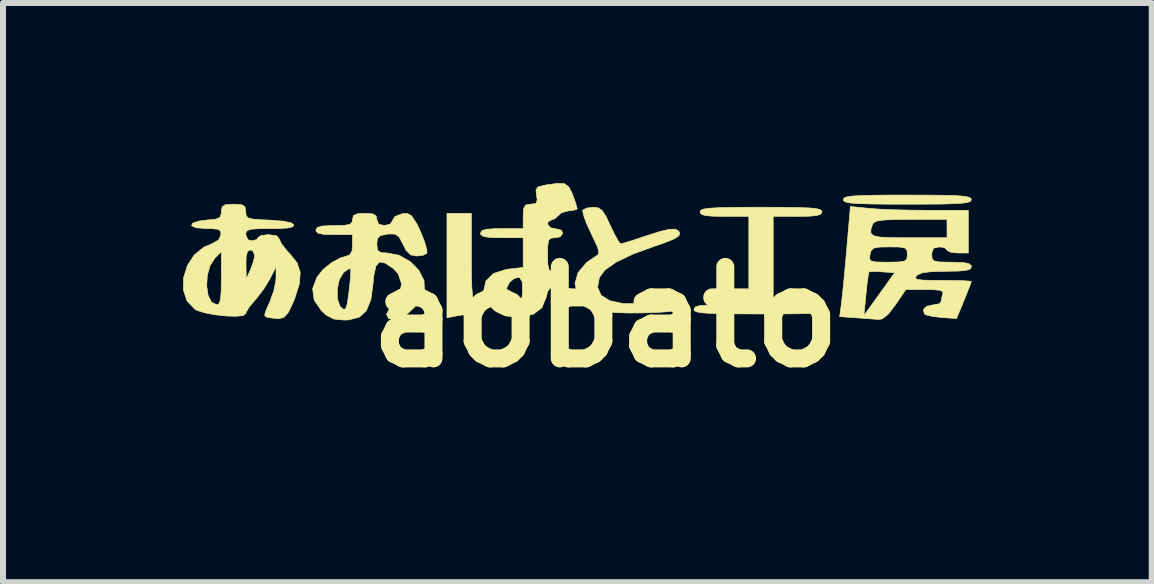
<source format=kicad_pcb>
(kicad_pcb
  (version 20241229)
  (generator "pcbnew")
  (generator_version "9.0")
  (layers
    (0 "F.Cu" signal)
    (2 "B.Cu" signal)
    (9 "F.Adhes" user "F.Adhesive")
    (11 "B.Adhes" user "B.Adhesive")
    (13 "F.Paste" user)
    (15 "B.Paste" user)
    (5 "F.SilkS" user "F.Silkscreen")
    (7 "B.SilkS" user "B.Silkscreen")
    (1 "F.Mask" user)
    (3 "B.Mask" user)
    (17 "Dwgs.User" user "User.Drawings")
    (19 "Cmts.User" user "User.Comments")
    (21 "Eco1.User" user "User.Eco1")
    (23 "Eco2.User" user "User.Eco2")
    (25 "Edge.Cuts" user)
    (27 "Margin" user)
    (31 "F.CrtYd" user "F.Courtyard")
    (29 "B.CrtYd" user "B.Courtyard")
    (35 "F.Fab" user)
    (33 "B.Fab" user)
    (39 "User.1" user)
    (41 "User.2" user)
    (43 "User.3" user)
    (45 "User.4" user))
  (footprint "aobato"
    (layer "F.Cu")
    (at 7.039 2.232)
    (property "Reference" "aobato" (at 0 0 0) (layer "F.SilkS") (effects (font (size 1.524 1.524) (thickness 0.3))))
    (attr through_hole)
    (fp_poly (pts (xy -2.235 -0.996) (xy -2.234 -0.701) (xy -2.227 -0.493) (xy -2.216 -0.356) (xy -2.196 -0.277) (xy -2.168 -0.24) (xy -2.159 -0.236) (xy -2.088 -0.173) (xy -2.095 -0.1) (xy -2.172 -0.053) (xy -2.203 -0.051) (xy -2.343 -0.041) (xy -2.483 -0.019) (xy -2.642 0.013) (xy -2.642 -1.727) (xy -2.235 -1.727) (xy -2.235 -0.996)) (stroke (width 0.01) (type solid)) (fill yes) (layer "F.SilkS"))
    (fp_poly (pts (xy 5.389 -2.031) (xy 5.66 -2.028) (xy 5.853 -2.022) (xy 5.981 -2.011) (xy 6.056 -1.996) (xy 6.09 -1.975) (xy 6.096 -1.956) (xy 6.084 -1.93) (xy 6.039 -1.911) (xy 5.95 -1.897) (xy 5.804 -1.888) (xy 5.59 -1.882) (xy 5.294 -1.88) (xy 5.029 -1.88) (xy 4.669 -1.88) (xy 4.398 -1.884) (xy 4.205 -1.89) (xy 4.077 -1.9) (xy 4.002 -1.916) (xy 3.968 -1.937) (xy 3.962 -1.956) (xy 3.975 -1.982) (xy 4.019 -2.001) (xy 4.108 -2.015) (xy 4.254 -2.024) (xy 4.469 -2.029) (xy 4.764 -2.032) (xy 5.029 -2.032) (xy 5.389 -2.031)) (stroke (width 0.01) (type solid)) (fill yes) (layer "F.SilkS"))
    (fp_poly (pts (xy 2.941 -1.828) (xy 3.203 -1.824) (xy 3.387 -1.818) (xy 3.507 -1.807) (xy 3.575 -1.79) (xy 3.604 -1.767) (xy 3.607 -1.753) (xy 3.588 -1.714) (xy 3.518 -1.69) (xy 3.38 -1.679) (xy 3.2 -1.676) (xy 2.794 -1.676) (xy 2.794 -0.203) (xy 3.251 -0.203) (xy 3.474 -0.2) (xy 3.613 -0.189) (xy 3.685 -0.168) (xy 3.708 -0.133) (xy 3.708 -0.127) (xy 3.696 -0.102) (xy 3.653 -0.083) (xy 3.565 -0.069) (xy 3.422 -0.06) (xy 3.211 -0.054) (xy 2.921 -0.051) (xy 2.591 -0.051) (xy 2.221 -0.052) (xy 1.941 -0.055) (xy 1.739 -0.061) (xy 1.603 -0.07) (xy 1.522 -0.085) (xy 1.482 -0.104) (xy 1.473 -0.127) (xy 1.491 -0.164) (xy 1.556 -0.187) (xy 1.686 -0.199) (xy 1.897 -0.203) (xy 1.93 -0.203) (xy 2.388 -0.203) (xy 2.388 -1.676) (xy 1.981 -1.676) (xy 1.773 -1.68) (xy 1.648 -1.693) (xy 1.588 -1.719) (xy 1.575 -1.753) (xy 1.587 -1.779) (xy 1.633 -1.798) (xy 1.723 -1.812) (xy 1.872 -1.821) (xy 2.091 -1.826) (xy 2.392 -1.829) (xy 2.591 -1.829) (xy 2.941 -1.828)) (stroke (width 0.01) (type solid)) (fill yes) (layer "F.SilkS"))
    (fp_poly (pts (xy -0.119 -1.818) (xy -0.054 -1.773) (xy 0.01 -1.672) (xy 0.08 -1.524) (xy 0.155 -1.369) (xy 0.217 -1.259) (xy 0.252 -1.219) (xy 0.314 -1.235) (xy 0.445 -1.275) (xy 0.621 -1.333) (xy 0.66 -1.346) (xy 0.9 -1.423) (xy 1.062 -1.462) (xy 1.163 -1.464) (xy 1.219 -1.432) (xy 1.236 -1.4) (xy 1.223 -1.353) (xy 1.141 -1.3) (xy 0.977 -1.235) (xy 0.848 -1.191) (xy 0.463 -1.051) (xy 0.178 -0.915) (xy -0.011 -0.782) (xy -0.102 -0.659) (xy -0.132 -0.492) (xy -0.072 -0.361) (xy 0.072 -0.271) (xy 0.294 -0.224) (xy 0.589 -0.222) (xy 0.777 -0.241) (xy 1.018 -0.267) (xy 1.173 -0.268) (xy 1.255 -0.245) (xy 1.259 -0.242) (xy 1.296 -0.173) (xy 1.272 -0.134) (xy 1.198 -0.109) (xy 1.046 -0.089) (xy 0.841 -0.075) (xy 0.607 -0.068) (xy 0.368 -0.067) (xy 0.15 -0.074) (xy -0.025 -0.088) (xy -0.127 -0.109) (xy -0.343 -0.228) (xy -0.471 -0.384) (xy -0.509 -0.559) (xy -0.458 -0.739) (xy -0.315 -0.909) (xy -0.176 -1.004) (xy -0.127 -1.037) (xy -0.111 -1.08) (xy -0.13 -1.157) (xy -0.189 -1.288) (xy -0.242 -1.397) (xy -0.319 -1.566) (xy -0.368 -1.701) (xy -0.381 -1.777) (xy -0.379 -1.781) (xy -0.312 -1.816) (xy -0.203 -1.829) (xy -0.119 -1.818)) (stroke (width 0.01) (type solid)) (fill yes) (layer "F.SilkS"))
    (fp_poly (pts (xy -0.684 -2.221) (xy -0.613 -2.17) (xy -0.558 -2.065) (xy -0.542 -2.023) (xy -0.495 -1.892) (xy -0.473 -1.808) (xy -0.475 -1.795) (xy -0.532 -1.779) (xy -0.625 -1.767) (xy -0.734 -1.737) (xy -0.785 -1.691) (xy -0.851 -1.632) (xy -0.887 -1.626) (xy -0.956 -1.586) (xy -0.965 -1.549) (xy -0.921 -1.488) (xy -0.838 -1.473) (xy -0.736 -1.447) (xy -0.711 -1.397) (xy -0.755 -1.336) (xy -0.838 -1.321) (xy -0.911 -1.314) (xy -0.949 -1.275) (xy -0.963 -1.181) (xy -0.965 -1.042) (xy -0.962 -0.881) (xy -0.94 -0.789) (xy -0.883 -0.734) (xy -0.781 -0.686) (xy -0.667 -0.631) (xy -0.633 -0.585) (xy -0.663 -0.53) (xy -0.769 -0.474) (xy -0.842 -0.479) (xy -0.92 -0.483) (xy -0.964 -0.428) (xy -0.987 -0.331) (xy -1.06 -0.155) (xy -1.202 -0.046) (xy -1.42 -0.002) (xy -1.481 0) (xy -1.673 -0.019) (xy -1.821 -0.089) (xy -1.876 -0.132) (xy -1.992 -0.261) (xy -2.031 -0.405) (xy -2.032 -0.428) (xy -2.022 -0.472) (xy -1.652 -0.472) (xy -1.648 -0.348) (xy -1.6 -0.237) (xy -1.52 -0.171) (xy -1.448 -0.17) (xy -1.415 -0.225) (xy -1.389 -0.348) (xy -1.382 -0.423) (xy -1.388 -0.589) (xy -1.435 -0.663) (xy -1.521 -0.643) (xy -1.6 -0.577) (xy -1.652 -0.472) (xy -2.022 -0.472) (xy -1.991 -0.604) (xy -1.865 -0.726) (xy -1.654 -0.793) (xy -1.602 -0.8) (xy -1.372 -0.826) (xy -1.372 -1.321) (xy -1.727 -1.321) (xy -1.92 -1.325) (xy -2.031 -1.341) (xy -2.078 -1.373) (xy -2.083 -1.397) (xy -2.062 -1.438) (xy -1.987 -1.462) (xy -1.839 -1.472) (xy -1.727 -1.473) (xy -1.372 -1.473) (xy -1.372 -1.676) (xy -1.365 -1.807) (xy -1.332 -1.866) (xy -1.256 -1.88) (xy -1.246 -1.88) (xy -1.159 -1.892) (xy -1.138 -1.95) (xy -1.149 -2.025) (xy -1.159 -2.12) (xy -1.123 -2.168) (xy -1.015 -2.196) (xy -0.983 -2.202) (xy -0.798 -2.227) (xy -0.684 -2.221)) (stroke (width 0.01) (type solid)) (fill yes) (layer "F.SilkS"))
    (fp_poly (pts (xy -3.23 -1.685) (xy -3.144 -1.554) (xy -3.08 -1.418) (xy -3.015 -1.254) (xy -2.978 -1.126) (xy -2.974 -1.063) (xy -3.041 -1.028) (xy -3.145 -1.016) (xy -3.248 -1.035) (xy -3.323 -1.11) (xy -3.373 -1.209) (xy -3.437 -1.331) (xy -3.503 -1.381) (xy -3.607 -1.384) (xy -3.635 -1.381) (xy -3.754 -1.356) (xy -3.802 -1.301) (xy -3.81 -1.214) (xy -3.799 -1.113) (xy -3.744 -1.073) (xy -3.64 -1.067) (xy -3.438 -1.028) (xy -3.255 -0.925) (xy -3.11 -0.778) (xy -3.024 -0.608) (xy -3.017 -0.436) (xy -3.018 -0.433) (xy -3.08 -0.301) (xy -3.189 -0.159) (xy -3.317 -0.037) (xy -3.438 0.039) (xy -3.49 0.051) (xy -3.614 0.026) (xy -3.649 -0.044) (xy -3.594 -0.152) (xy -3.549 -0.202) (xy -3.431 -0.375) (xy -3.399 -0.555) (xy -3.455 -0.721) (xy -3.537 -0.809) (xy -3.674 -0.9) (xy -3.766 -0.917) (xy -3.825 -0.85) (xy -3.86 -0.694) (xy -3.873 -0.556) (xy -3.91 -0.288) (xy -3.984 -0.106) (xy -4.102 0.002) (xy -4.276 0.048) (xy -4.356 0.051) (xy -4.528 0.034) (xy -4.656 -0.033) (xy -4.728 -0.098) (xy -4.854 -0.281) (xy -4.879 -0.464) (xy -4.469 -0.464) (xy -4.466 -0.301) (xy -4.423 -0.178) (xy -4.41 -0.163) (xy -4.363 -0.126) (xy -4.33 -0.137) (xy -4.305 -0.213) (xy -4.281 -0.368) (xy -4.269 -0.467) (xy -4.251 -0.635) (xy -4.244 -0.759) (xy -4.248 -0.808) (xy -4.294 -0.794) (xy -4.368 -0.737) (xy -4.436 -0.624) (xy -4.469 -0.464) (xy -4.879 -0.464) (xy -4.88 -0.473) (xy -4.806 -0.667) (xy -4.704 -0.793) (xy -4.565 -0.905) (xy -4.421 -0.983) (xy -4.374 -0.997) (xy -4.265 -1.032) (xy -4.223 -1.102) (xy -4.216 -1.2) (xy -4.216 -1.372) (xy -4.521 -1.372) (xy -4.698 -1.377) (xy -4.793 -1.398) (xy -4.825 -1.439) (xy -4.826 -1.448) (xy -4.803 -1.492) (xy -4.72 -1.516) (xy -4.558 -1.524) (xy -4.521 -1.524) (xy -4.351 -1.528) (xy -4.259 -1.544) (xy -4.222 -1.581) (xy -4.216 -1.626) (xy -4.199 -1.692) (xy -4.13 -1.721) (xy -4.013 -1.727) (xy -3.88 -1.719) (xy -3.822 -1.684) (xy -3.81 -1.626) (xy -3.78 -1.546) (xy -3.683 -1.524) (xy -3.584 -1.549) (xy -3.556 -1.595) (xy -3.51 -1.674) (xy -3.39 -1.72) (xy -3.304 -1.727) (xy -3.23 -1.685)) (stroke (width 0.01) (type solid)) (fill yes) (layer "F.SilkS"))
    (fp_poly (pts (xy -6.067 -1.873) (xy -6.008 -1.84) (xy -5.994 -1.764) (xy -5.994 -1.755) (xy -5.989 -1.692) (xy -5.959 -1.653) (xy -5.882 -1.632) (xy -5.738 -1.621) (xy -5.605 -1.615) (xy -5.372 -1.598) (xy -5.234 -1.568) (xy -5.194 -1.537) (xy -5.211 -1.503) (xy -5.297 -1.483) (xy -5.466 -1.474) (xy -5.584 -1.473) (xy -5.788 -1.471) (xy -5.91 -1.462) (xy -5.972 -1.439) (xy -5.993 -1.4) (xy -5.994 -1.372) (xy -5.958 -1.287) (xy -5.893 -1.27) (xy -5.81 -1.291) (xy -5.791 -1.321) (xy -5.747 -1.354) (xy -5.637 -1.371) (xy -5.613 -1.372) (xy -5.477 -1.353) (xy -5.436 -1.3) (xy -5.402 -1.225) (xy -5.316 -1.114) (xy -5.258 -1.052) (xy -5.139 -0.902) (xy -5.087 -0.744) (xy -5.1 -0.555) (xy -5.177 -0.312) (xy -5.2 -0.254) (xy -5.279 -0.085) (xy -5.355 0.004) (xy -5.452 0.031) (xy -5.575 0.015) (xy -5.649 0.000169) (xy -5.679 -0.025) (xy -5.667 -0.085) (xy -5.615 -0.205) (xy -5.589 -0.261) (xy -5.527 -0.437) (xy -5.492 -0.612) (xy -5.49 -0.66) (xy -5.49 -0.838) (xy -5.591 -0.636) (xy -5.695 -0.465) (xy -5.821 -0.302) (xy -5.843 -0.278) (xy -5.937 -0.166) (xy -5.99 -0.075) (xy -5.994 -0.055) (xy -6.04 -0.023) (xy -6.157 -0.012) (xy -6.319 -0.017) (xy -6.498 -0.036) (xy -6.668 -0.067) (xy -6.801 -0.108) (xy -6.841 -0.129) (xy -6.973 -0.268) (xy -7.034 -0.451) (xy -7.033 -0.517) (xy -6.645 -0.517) (xy -6.621 -0.36) (xy -6.563 -0.246) (xy -6.475 -0.203) (xy -6.438 -0.223) (xy -6.415 -0.293) (xy -6.404 -0.43) (xy -6.401 -0.646) (xy -6.401 -0.876) (xy -5.99 -0.876) (xy -5.986 -0.635) (xy -5.916 -0.787) (xy -5.866 -0.922) (xy -5.844 -1.029) (xy -5.878 -1.104) (xy -5.918 -1.118) (xy -5.966 -1.091) (xy -5.988 -0.996) (xy -5.99 -0.876) (xy -6.401 -0.876) (xy -6.401 -1.089) (xy -6.508 -0.982) (xy -6.59 -0.855) (xy -6.635 -0.691) (xy -6.645 -0.517) (xy -7.033 -0.517) (xy -7.03 -0.655) (xy -6.967 -0.858) (xy -6.851 -1.036) (xy -6.686 -1.168) (xy -6.573 -1.213) (xy -6.447 -1.283) (xy -6.41 -1.362) (xy -6.41 -1.427) (xy -6.449 -1.46) (xy -6.552 -1.472) (xy -6.656 -1.473) (xy -6.824 -1.487) (xy -6.898 -1.522) (xy -6.879 -1.564) (xy -6.768 -1.6) (xy -6.638 -1.616) (xy -6.493 -1.631) (xy -6.423 -1.661) (xy -6.402 -1.723) (xy -6.401 -1.755) (xy -6.389 -1.835) (xy -6.336 -1.871) (xy -6.211 -1.88) (xy -6.198 -1.88) (xy -6.067 -1.873)) (stroke (width 0.01) (type solid)) (fill yes) (layer "F.SilkS"))
    (fp_poly (pts (xy 4.384 -1.81) (xy 4.554 -1.798) (xy 4.795 -1.787) (xy 5.073 -1.781) (xy 5.359 -1.778) (xy 5.367 -1.778) (xy 6.045 -1.778) (xy 6.045 -1.067) (xy 5.867 -1.067) (xy 5.75 -1.08) (xy 5.691 -1.111) (xy 5.69 -1.118) (xy 5.646 -1.156) (xy 5.563 -1.168) (xy 5.466 -1.147) (xy 5.436 -1.065) (xy 5.436 -1.041) (xy 5.441 -0.973) (xy 5.474 -0.935) (xy 5.557 -0.918) (xy 5.712 -0.914) (xy 5.766 -0.914) (xy 5.951 -0.909) (xy 6.054 -0.891) (xy 6.094 -0.855) (xy 6.096 -0.838) (xy 6.077 -0.8) (xy 6.01 -0.777) (xy 5.875 -0.765) (xy 5.67 -0.762) (xy 5.436 -0.756) (xy 5.285 -0.738) (xy 5.2 -0.703) (xy 5.182 -0.686) (xy 5.163 -0.651) (xy 5.19 -0.628) (xy 5.276 -0.616) (xy 5.437 -0.61) (xy 5.607 -0.61) (xy 5.816 -0.608) (xy 5.98 -0.604) (xy 6.078 -0.597) (xy 6.096 -0.593) (xy 6.078 -0.541) (xy 6.032 -0.422) (xy 5.973 -0.275) (xy 5.849 0.025) (xy 5.604 0.009) (xy 5.451 -0.009) (xy 5.342 -0.035) (xy 5.316 -0.05) (xy 5.293 -0.12) (xy 5.349 -0.178) (xy 5.463 -0.203) (xy 5.464 -0.203) (xy 5.558 -0.22) (xy 5.588 -0.25) (xy 5.605 -0.335) (xy 5.619 -0.377) (xy 5.621 -0.421) (xy 5.573 -0.445) (xy 5.456 -0.456) (xy 5.327 -0.457) (xy 5.004 -0.457) (xy 4.831 -0.203) (xy 4.708 -0.044) (xy 4.609 0.032) (xy 4.551 0.041) (xy 4.44 0.033) (xy 4.274 0.02) (xy 4.173 0.013) (xy 3.901 -0.006) (xy 3.904 -0.025) (xy 4.306 -0.025) (xy 4.562 -0.381) (xy 4.817 -0.737) (xy 4.613 -0.752) (xy 4.481 -0.759) (xy 4.4 -0.754) (xy 4.391 -0.751) (xy 4.378 -0.695) (xy 4.36 -0.566) (xy 4.341 -0.39) (xy 4.34 -0.379) (xy 4.306 -0.025) (xy 3.904 -0.025) (xy 3.93 -0.219) (xy 3.945 -0.349) (xy 3.966 -0.554) (xy 3.99 -0.808) (xy 4.005 -0.973) (xy 4.399 -0.973) (xy 4.421 -0.935) (xy 4.497 -0.918) (xy 4.646 -0.914) (xy 4.706 -0.914) (xy 4.881 -0.917) (xy 4.978 -0.93) (xy 5.02 -0.963) (xy 5.029 -1.025) (xy 5.029 -1.041) (xy 5.023 -1.112) (xy 4.987 -1.15) (xy 4.897 -1.166) (xy 4.731 -1.168) (xy 4.73 -1.168) (xy 4.562 -1.165) (xy 4.469 -1.148) (xy 4.426 -1.107) (xy 4.407 -1.041) (xy 4.399 -0.973) (xy 4.005 -0.973) (xy 4.015 -1.085) (xy 4.019 -1.137) (xy 4.047 -1.456) (xy 4.421 -1.456) (xy 4.422 -1.394) (xy 4.467 -1.354) (xy 4.571 -1.332) (xy 4.747 -1.323) (xy 5.009 -1.321) (xy 5.055 -1.321) (xy 5.69 -1.321) (xy 5.69 -1.626) (xy 5.085 -1.626) (xy 4.822 -1.624) (xy 4.643 -1.616) (xy 4.533 -1.601) (xy 4.473 -1.576) (xy 4.45 -1.545) (xy 4.421 -1.456) (xy 4.047 -1.456) (xy 4.08 -1.842) (xy 4.384 -1.81)) (stroke (width 0.01) (type solid)) (fill yes) (layer "F.SilkS")))
  (gr_rect
    (start -3 -3)
    (end 16.14 6.65)
    (stroke (width 0.1) (type default))
    (fill no)
    (layer "Edge.Cuts")))
</source>
